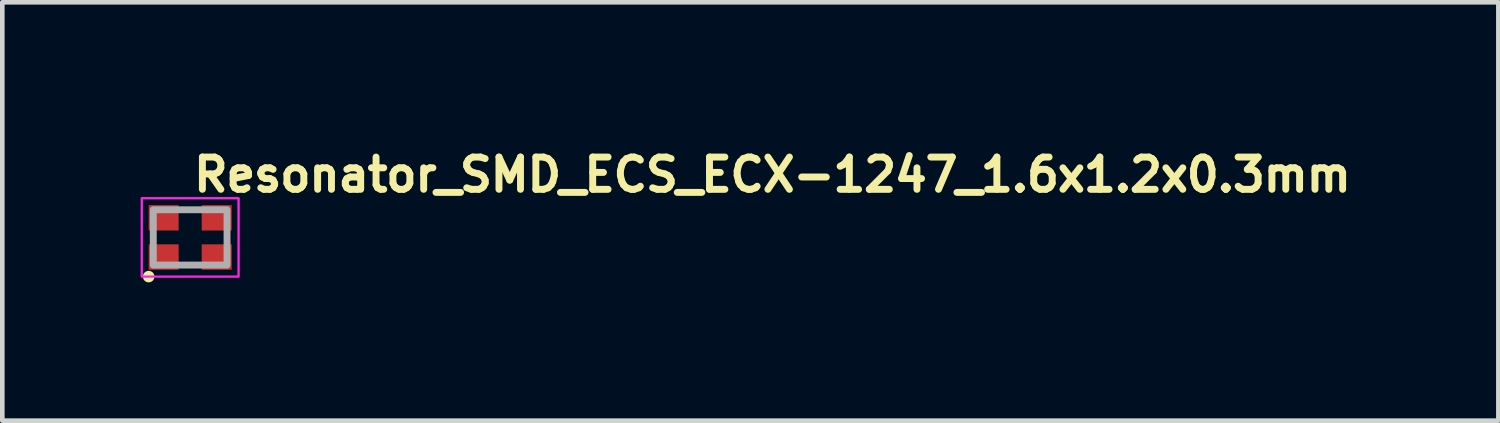
<source format=kicad_pcb>
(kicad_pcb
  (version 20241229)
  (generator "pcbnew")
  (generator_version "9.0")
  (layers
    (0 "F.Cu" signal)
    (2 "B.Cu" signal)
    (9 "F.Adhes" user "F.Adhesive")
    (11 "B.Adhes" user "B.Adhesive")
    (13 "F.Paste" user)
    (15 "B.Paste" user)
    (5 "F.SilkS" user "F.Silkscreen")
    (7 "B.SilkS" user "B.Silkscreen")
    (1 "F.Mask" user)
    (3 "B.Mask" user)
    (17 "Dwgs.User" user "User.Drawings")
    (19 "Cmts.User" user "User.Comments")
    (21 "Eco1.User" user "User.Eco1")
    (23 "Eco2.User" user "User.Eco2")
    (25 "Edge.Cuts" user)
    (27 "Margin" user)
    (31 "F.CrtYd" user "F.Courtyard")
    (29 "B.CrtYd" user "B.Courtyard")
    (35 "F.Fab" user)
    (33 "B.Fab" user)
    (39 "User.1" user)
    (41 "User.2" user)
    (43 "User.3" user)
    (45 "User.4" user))
  (footprint "Resonator_SMD_ECS_ECX-1247_1.6x1.2x0.3mm"
    (layer "F.Cu")
    (at 1.075 2.1)
    (property "Reference" "Resonator_SMD_ECS_ECX-1247_1.6x1.2x0.3mm" (at 0 -0.95 0) (layer "F.SilkS") (effects (font (size 0.7 0.7) (thickness 0.15)) (justify left bottom)))
    (attr smd)
    (fp_circle (center -0.9 0.85) (end -0.85 0.85) (stroke (width 0.15) (type default)) (fill yes) (layer "F.SilkS"))
    (fp_rect (start -1.05 -0.85) (end 1.05 0.85) (stroke (width 0.05) (type solid)) (fill no) (layer "F.CrtYd"))
    (fp_rect (start -0.8 -0.6) (end 0.8 0.6) (stroke (width 0.15) (type solid)) (fill no) (layer "F.Fab"))
    (fp_rect (start -0.8 -0.6) (end 0.8 0.6) (stroke (width 0.1) (type solid)) (fill no) (layer "User.5"))
    (fp_line (start -0.8 -0.575) (end -0.8 0.575) (stroke (width 0.02) (type solid)) (layer "User.9"))
    (fp_line (start -0.8 0.575) (end -0.788 0.578) (stroke (width 0.02) (type solid)) (layer "User.9"))
    (fp_line (start -0.788 -0.578) (end -0.8 -0.575) (stroke (width 0.02) (type solid)) (layer "User.9"))
    (fp_line (start -0.788 0.578) (end -0.778 0.588) (stroke (width 0.02) (type solid)) (layer "User.9"))
    (fp_line (start -0.778 -0.588) (end -0.788 -0.578) (stroke (width 0.02) (type solid)) (layer "User.9"))
    (fp_line (start -0.778 0.588) (end -0.775 0.6) (stroke (width 0.02) (type solid)) (layer "User.9"))
    (fp_line (start -0.775 -0.6) (end -0.778 -0.588) (stroke (width 0.02) (type solid)) (layer "User.9"))
    (fp_line (start -0.775 0.6) (end 0.775 0.6) (stroke (width 0.02) (type solid)) (layer "User.9"))
    (fp_line (start -0.75 -0.5) (end -0.75 0.5) (stroke (width 0.02) (type solid)) (layer "User.9"))
    (fp_line (start -0.75 0.5) (end -0.746 0.519) (stroke (width 0.02) (type solid)) (layer "User.9"))
    (fp_line (start -0.746 -0.519) (end -0.75 -0.5) (stroke (width 0.02) (type solid)) (layer "User.9"))
    (fp_line (start -0.746 0.519) (end -0.735 0.535) (stroke (width 0.02) (type solid)) (layer "User.9"))
    (fp_line (start -0.735 -0.535) (end -0.746 -0.519) (stroke (width 0.02) (type solid)) (layer "User.9"))
    (fp_line (start -0.735 0.535) (end -0.719 0.546) (stroke (width 0.02) (type solid)) (layer "User.9"))
    (fp_line (start -0.719 -0.546) (end -0.735 -0.535) (stroke (width 0.02) (type solid)) (layer "User.9"))
    (fp_line (start -0.719 0.546) (end -0.7 0.55) (stroke (width 0.02) (type solid)) (layer "User.9"))
    (fp_line (start -0.7 -0.55) (end -0.719 -0.546) (stroke (width 0.02) (type solid)) (layer "User.9"))
    (fp_line (start -0.7 0.55) (end 0.7 0.55) (stroke (width 0.02) (type solid)) (layer "User.9"))
    (fp_line (start 0.7 -0.55) (end -0.7 -0.55) (stroke (width 0.02) (type solid)) (layer "User.9"))
    (fp_line (start 0.7 0.55) (end 0.719 0.546) (stroke (width 0.02) (type solid)) (layer "User.9"))
    (fp_line (start 0.719 -0.546) (end 0.7 -0.55) (stroke (width 0.02) (type solid)) (layer "User.9"))
    (fp_line (start 0.719 0.546) (end 0.735 0.535) (stroke (width 0.02) (type solid)) (layer "User.9"))
    (fp_line (start 0.735 -0.535) (end 0.719 -0.546) (stroke (width 0.02) (type solid)) (layer "User.9"))
    (fp_line (start 0.735 0.535) (end 0.746 0.519) (stroke (width 0.02) (type solid)) (layer "User.9"))
    (fp_line (start 0.746 -0.519) (end 0.735 -0.535) (stroke (width 0.02) (type solid)) (layer "User.9"))
    (fp_line (start 0.746 0.519) (end 0.75 0.5) (stroke (width 0.02) (type solid)) (layer "User.9"))
    (fp_line (start 0.75 -0.5) (end 0.746 -0.519) (stroke (width 0.02) (type solid)) (layer "User.9"))
    (fp_line (start 0.75 0.5) (end 0.75 -0.5) (stroke (width 0.02) (type solid)) (layer "User.9"))
    (fp_line (start 0.775 -0.6) (end -0.775 -0.6) (stroke (width 0.02) (type solid)) (layer "User.9"))
    (fp_line (start 0.775 0.6) (end 0.778 0.588) (stroke (width 0.02) (type solid)) (layer "User.9"))
    (fp_line (start 0.778 -0.588) (end 0.775 -0.6) (stroke (width 0.02) (type solid)) (layer "User.9"))
    (fp_line (start 0.778 0.588) (end 0.788 0.578) (stroke (width 0.02) (type solid)) (layer "User.9"))
    (fp_line (start 0.788 -0.578) (end 0.778 -0.588) (stroke (width 0.02) (type solid)) (layer "User.9"))
    (fp_line (start 0.788 0.578) (end 0.8 0.575) (stroke (width 0.02) (type solid)) (layer "User.9"))
    (fp_line (start 0.8 -0.575) (end 0.788 -0.578) (stroke (width 0.02) (type solid)) (layer "User.9"))
    (fp_line (start 0.8 0.575) (end 0.8 -0.575) (stroke (width 0.02) (type solid)) (layer "User.9"))
    (pad "1" smd rect (at -0.575 0.425) (size 0.65 0.55) (layers "F.Cu" "F.Mask" "F.Paste"))
    (pad "2" smd rect (at 0.575 0.425) (size 0.65 0.55) (layers "F.Cu" "F.Mask" "F.Paste"))
    (pad "3" smd rect (at 0.575 -0.425) (size 0.65 0.55) (layers "F.Cu" "F.Mask" "F.Paste"))
    (pad "4" smd rect (at -0.575 -0.425) (size 0.65 0.55) (layers "F.Cu" "F.Mask" "F.Paste")))
  (gr_rect
    (start -3 -3)
    (end 29.452 6.075)
    (stroke (width 0.1) (type default))
    (fill no)
    (layer "Edge.Cuts")))
</source>
